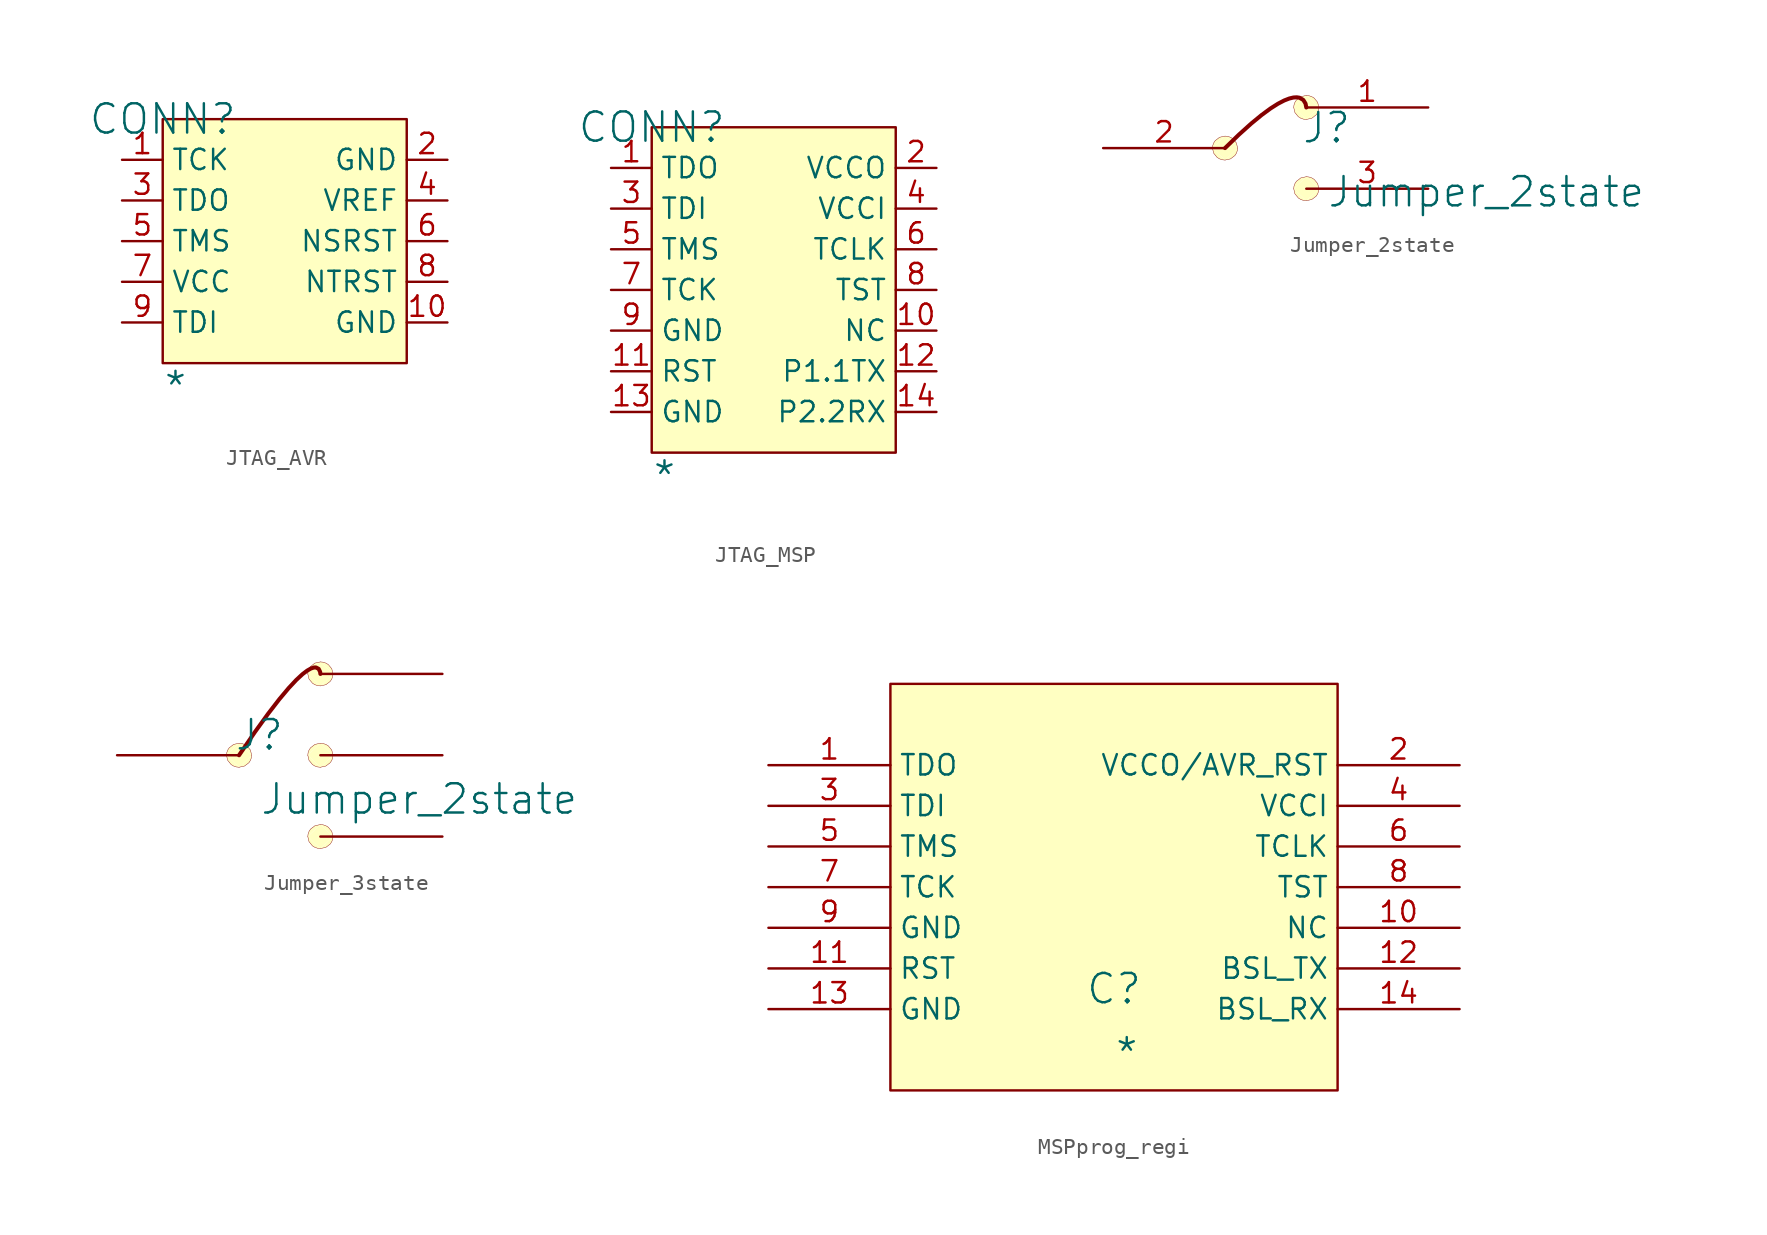
<source format=kicad_sym>
(kicad_symbol_lib
  (version 20241209)
  (generator "kicad_symbol_editor")
  (generator_version "9.0")
  (symbol "JTAG_AVR"
    (property "Reference" "CONN"
      (at 0 0 0)
      (effects (font (size 1.829 1.829))))
    (property "Value" "*"
      (at 0 -17.78 0)
      (effects (font (size 1.829 1.829)) (justify left bottom)))
    (symbol "JTAG_AVR_1_0"
      (rectangle (start 15.24 0) (end 0 -15.24) (stroke (width 0) (type solid) (color 128 0 0 1)) (fill (type background)))
      (pin passive line (at -2.54 -2.54 0) (length 2.54) (name "TCK" (effects (font (size 1.27 1.27)))) (number "1" (effects (font (size 1.27 1.27)))))
      (pin passive line (at -2.54 -5.08 0) (length 2.54) (name "TDO" (effects (font (size 1.27 1.27)))) (number "3" (effects (font (size 1.27 1.27)))))
      (pin passive line (at -2.54 -7.62 0) (length 2.54) (name "TMS" (effects (font (size 1.27 1.27)))) (number "5" (effects (font (size 1.27 1.27)))))
      (pin passive line (at -2.54 -10.16 0) (length 2.54) (name "VCC" (effects (font (size 1.27 1.27)))) (number "7" (effects (font (size 1.27 1.27)))))
      (pin passive line (at -2.54 -12.7 0) (length 2.54) (name "TDI" (effects (font (size 1.27 1.27)))) (number "9" (effects (font (size 1.27 1.27)))))
      (pin passive line (at 17.78 -2.54 180) (length 2.54) (name "GND" (effects (font (size 1.27 1.27)))) (number "2" (effects (font (size 1.27 1.27)))))
      (pin passive line (at 17.78 -5.08 180) (length 2.54) (name "VREF" (effects (font (size 1.27 1.27)))) (number "4" (effects (font (size 1.27 1.27)))))
      (pin passive line (at 17.78 -7.62 180) (length 2.54) (name "NSRST" (effects (font (size 1.27 1.27)))) (number "6" (effects (font (size 1.27 1.27)))))
      (pin passive line (at 17.78 -10.16 180) (length 2.54) (name "NTRST" (effects (font (size 1.27 1.27)))) (number "8" (effects (font (size 1.27 1.27)))))
      (pin passive line (at 17.78 -12.7 180) (length 2.54) (name "GND" (effects (font (size 1.27 1.27)))) (number "10" (effects (font (size 1.27 1.27)))))))
  (symbol "JTAG_MSP"
    (property "Reference" "CONN"
      (at 0 0 0)
      (effects (font (size 1.829 1.829))))
    (property "Value" "*"
      (at 0 -22.86 0)
      (effects (font (size 1.829 1.829)) (justify left bottom)))
    (symbol "JTAG_MSP_1_0"
      (rectangle (start 15.24 0) (end 0 -20.32) (stroke (width 0) (type solid) (color 128 0 0 1)) (fill (type background)))
      (pin passive line (at -2.54 -2.54 0) (length 2.54) (name "TDO" (effects (font (size 1.27 1.27)))) (number "1" (effects (font (size 1.27 1.27)))))
      (pin passive line (at -2.54 -5.08 0) (length 2.54) (name "TDI" (effects (font (size 1.27 1.27)))) (number "3" (effects (font (size 1.27 1.27)))))
      (pin passive line (at -2.54 -7.62 0) (length 2.54) (name "TMS" (effects (font (size 1.27 1.27)))) (number "5" (effects (font (size 1.27 1.27)))))
      (pin passive line (at -2.54 -10.16 0) (length 2.54) (name "TCK" (effects (font (size 1.27 1.27)))) (number "7" (effects (font (size 1.27 1.27)))))
      (pin passive line (at -2.54 -12.7 0) (length 2.54) (name "GND" (effects (font (size 1.27 1.27)))) (number "9" (effects (font (size 1.27 1.27)))))
      (pin passive line (at -2.54 -15.24 0) (length 2.54) (name "RST" (effects (font (size 1.27 1.27)))) (number "11" (effects (font (size 1.27 1.27)))))
      (pin passive line (at -2.54 -17.78 0) (length 2.54) (name "GND" (effects (font (size 1.27 1.27)))) (number "13" (effects (font (size 1.27 1.27)))))
      (pin passive line (at 17.78 -2.54 180) (length 2.54) (name "VCCO" (effects (font (size 1.27 1.27)))) (number "2" (effects (font (size 1.27 1.27)))))
      (pin passive line (at 17.78 -5.08 180) (length 2.54) (name "VCCI" (effects (font (size 1.27 1.27)))) (number "4" (effects (font (size 1.27 1.27)))))
      (pin passive line (at 17.78 -7.62 180) (length 2.54) (name "TCLK" (effects (font (size 1.27 1.27)))) (number "6" (effects (font (size 1.27 1.27)))))
      (pin passive line (at 17.78 -10.16 180) (length 2.54) (name "TST" (effects (font (size 1.27 1.27)))) (number "8" (effects (font (size 1.27 1.27)))))
      (pin passive line (at 17.78 -12.7 180) (length 2.54) (name "NC" (effects (font (size 1.27 1.27)))) (number "10" (effects (font (size 1.27 1.27)))))
      (pin passive line (at 17.78 -15.24 180) (length 2.54) (name "P1.1TX" (effects (font (size 1.27 1.27)))) (number "12" (effects (font (size 1.27 1.27)))))
      (pin passive line (at 17.78 -17.78 180) (length 2.54) (name "P2.2RX" (effects (font (size 1.27 1.27)))) (number "14" (effects (font (size 1.27 1.27)))))))
  (symbol "Jumper_2state"
    (pin_names
      (hide yes))
    (property "Reference" "J"
      (at -1.27 1.27 0)
      (effects (font (size 1.829 1.829))))
    (property "Value" "Jumper_2state"
      (at -1.27 -3.81 0)
      (effects (font (size 1.829 1.829)) (justify left bottom)))
    (symbol "Jumper_2state_1_0"
      (bezier (pts (xy -8.406 0) (xy -8.406 -0.414) (xy -8.054 -0.75) (xy -7.62 -0.75)) (stroke (width 0.025) (type solid)) (fill (type background)))
      (bezier (pts (xy -7.62 0.75) (xy -8.054 0.75) (xy -8.406 0.414) (xy -8.406 0)) (stroke (width 0.025) (type solid)) (fill (type background)))
      (bezier (pts (xy -7.62 0) (xy -2.54 5.08) (xy -2.54 2.54) (xy -2.54 2.54)) (stroke (width 0.254) (type solid)) (fill (type none)))
      (bezier (pts (xy -7.62 -0.75) (xy -7.186 -0.75) (xy -6.834 -0.414) (xy -6.834 0)) (stroke (width 0.025) (type solid)) (fill (type background)))
      (bezier (pts (xy -6.834 0) (xy -6.834 0.414) (xy -7.186 0.75) (xy -7.62 0.75)) (stroke (width 0.025) (type solid)) (fill (type background)))
      (polyline (pts (xy -6.834 0) (xy -7.62 0.75) (xy -8.406 0) (xy -7.62 -0.75) (xy -6.834 0)) (stroke (width -0.0001) (type default)) (fill (type background)))
      (bezier (pts (xy -3.326 2.54) (xy -3.326 2.126) (xy -2.974 1.79) (xy -2.54 1.79)) (stroke (width 0.025) (type solid)) (fill (type background)))
      (bezier (pts (xy -3.326 -2.54) (xy -3.326 -2.954) (xy -2.974 -3.29) (xy -2.54 -3.29)) (stroke (width 0.025) (type solid)) (fill (type background)))
      (bezier (pts (xy -2.54 3.29) (xy -2.974 3.29) (xy -3.326 2.954) (xy -3.326 2.54)) (stroke (width 0.025) (type solid)) (fill (type background)))
      (bezier (pts (xy -2.54 1.79) (xy -2.106 1.79) (xy -1.754 2.126) (xy -1.754 2.54)) (stroke (width 0.025) (type solid)) (fill (type background)))
      (bezier (pts (xy -2.54 -1.79) (xy -2.974 -1.79) (xy -3.326 -2.126) (xy -3.326 -2.54)) (stroke (width 0.025) (type solid)) (fill (type background)))
      (bezier (pts (xy -2.54 -3.29) (xy -2.106 -3.29) (xy -1.754 -2.954) (xy -1.754 -2.54)) (stroke (width 0.025) (type solid)) (fill (type background)))
      (bezier (pts (xy -1.754 2.54) (xy -1.754 2.954) (xy -2.106 3.29) (xy -2.54 3.29)) (stroke (width 0.025) (type solid)) (fill (type background)))
      (polyline (pts (xy -1.754 2.54) (xy -2.54 3.29) (xy -3.326 2.54) (xy -2.54 1.79) (xy -1.754 2.54)) (stroke (width -0.0001) (type default)) (fill (type background)))
      (bezier (pts (xy -1.754 -2.54) (xy -1.754 -2.126) (xy -2.106 -1.79) (xy -2.54 -1.79)) (stroke (width 0.025) (type solid)) (fill (type background)))
      (polyline (pts (xy -1.754 -2.54) (xy -2.54 -1.79) (xy -3.326 -2.54) (xy -2.54 -3.29) (xy -1.754 -2.54)) (stroke (width -0.0001) (type default)) (fill (type background)))
      (pin passive line (at -15.24 0 0) (length 7.62) (name "2" (effects (font (size 1.27 1.27)))) (number "2" (effects (font (size 1.27 1.27)))))
      (pin passive line (at 5.08 2.54 180) (length 7.62) (name "1" (effects (font (size 1.27 1.27)))) (number "1" (effects (font (size 1.27 1.27)))))
      (pin passive line (at 5.08 -2.54 180) (length 7.62) (name "3" (effects (font (size 1.27 1.27)))) (number "3" (effects (font (size 1.27 1.27)))))))
  (symbol "Jumper_3state"
    (pin_numbers
      (hide yes))
    (pin_names
      (hide yes))
    (property "Reference" "J"
      (at -1.27 1.27 0)
      (effects (font (size 1.829 1.829))))
    (property "Value" "Jumper_2state"
      (at -1.27 -3.81 0)
      (effects (font (size 1.829 1.829)) (justify left bottom)))
    (symbol "Jumper_3state_1_0"
      (bezier (pts (xy -3.326 0) (xy -3.326 -0.414) (xy -2.974 -0.75) (xy -2.54 -0.75)) (stroke (width 0.025) (type solid)) (fill (type background)))
      (bezier (pts (xy -2.54 0.75) (xy -2.974 0.75) (xy -3.326 0.414) (xy -3.326 0)) (stroke (width 0.025) (type solid)) (fill (type background)))
      (bezier (pts (xy -2.54 0) (xy 2.54 7.62) (xy 2.54 5.08) (xy 2.54 5.08)) (stroke (width 0.254) (type solid)) (fill (type none)))
      (bezier (pts (xy -2.54 -0.75) (xy -2.106 -0.75) (xy -1.754 -0.414) (xy -1.754 0)) (stroke (width 0.025) (type solid)) (fill (type background)))
      (bezier (pts (xy -1.754 0) (xy -1.754 0.414) (xy -2.106 0.75) (xy -2.54 0.75)) (stroke (width 0.025) (type solid)) (fill (type background)))
      (polyline (pts (xy -1.754 0) (xy -2.54 0.75) (xy -3.326 0) (xy -2.54 -0.75) (xy -1.754 0)) (stroke (width -0.0001) (type default)) (fill (type background)))
      (bezier (pts (xy 1.754 5.08) (xy 1.754 4.666) (xy 2.106 4.33) (xy 2.54 4.33)) (stroke (width 0.025) (type solid)) (fill (type background)))
      (bezier (pts (xy 1.754 0) (xy 1.754 -0.414) (xy 2.106 -0.75) (xy 2.54 -0.75)) (stroke (width 0.025) (type solid)) (fill (type background)))
      (bezier (pts (xy 1.754 -5.08) (xy 1.754 -5.494) (xy 2.106 -5.83) (xy 2.54 -5.83)) (stroke (width 0.025) (type solid)) (fill (type background)))
      (bezier (pts (xy 2.54 5.83) (xy 2.106 5.83) (xy 1.754 5.494) (xy 1.754 5.08)) (stroke (width 0.025) (type solid)) (fill (type background)))
      (bezier (pts (xy 2.54 4.33) (xy 2.974 4.33) (xy 3.326 4.666) (xy 3.326 5.08)) (stroke (width 0.025) (type solid)) (fill (type background)))
      (bezier (pts (xy 2.54 0.75) (xy 2.106 0.75) (xy 1.754 0.414) (xy 1.754 0)) (stroke (width 0.025) (type solid)) (fill (type background)))
      (bezier (pts (xy 2.54 -0.75) (xy 2.974 -0.75) (xy 3.326 -0.414) (xy 3.326 0)) (stroke (width 0.025) (type solid)) (fill (type background)))
      (bezier (pts (xy 2.54 -4.33) (xy 2.106 -4.33) (xy 1.754 -4.666) (xy 1.754 -5.08)) (stroke (width 0.025) (type solid)) (fill (type background)))
      (bezier (pts (xy 2.54 -5.83) (xy 2.974 -5.83) (xy 3.326 -5.494) (xy 3.326 -5.08)) (stroke (width 0.025) (type solid)) (fill (type background)))
      (polyline (pts (xy 3.326 5.08) (xy 2.54 5.83) (xy 1.754 5.08) (xy 2.54 4.33) (xy 3.326 5.08)) (stroke (width -0.0001) (type default)) (fill (type background)))
      (bezier (pts (xy 3.326 5.08) (xy 3.326 5.494) (xy 2.974 5.83) (xy 2.54 5.83)) (stroke (width 0.025) (type solid)) (fill (type background)))
      (polyline (pts (xy 3.326 0) (xy 2.54 0.75) (xy 1.754 0) (xy 2.54 -0.75) (xy 3.326 0)) (stroke (width -0.0001) (type default)) (fill (type background)))
      (bezier (pts (xy 3.326 0) (xy 3.326 0.414) (xy 2.974 0.75) (xy 2.54 0.75)) (stroke (width 0.025) (type solid)) (fill (type background)))
      (polyline (pts (xy 3.326 -5.08) (xy 2.54 -4.33) (xy 1.754 -5.08) (xy 2.54 -5.83) (xy 3.326 -5.08)) (stroke (width -0.0001) (type default)) (fill (type background)))
      (bezier (pts (xy 3.326 -5.08) (xy 3.326 -4.666) (xy 2.974 -4.33) (xy 2.54 -4.33)) (stroke (width 0.025) (type solid)) (fill (type background)))
      (pin passive line (at -10.16 0 0) (length 7.62) (name "0" (effects (font (size 1.27 1.27)))) (number "0" (effects (font (size 1.27 1.27)))))
      (pin passive line (at 10.16 5.08 180) (length 7.62) (name "1" (effects (font (size 1.27 1.27)))) (number "1" (effects (font (size 1.27 1.27)))))
      (pin passive line (at 10.16 0 180) (length 7.62) (name "2" (effects (font (size 1.27 1.27)))) (number "2" (effects (font (size 1.27 1.27)))))
      (pin passive line (at 10.16 -5.08 180) (length 7.62) (name "3" (effects (font (size 1.27 1.27)))) (number "3" (effects (font (size 1.27 1.27)))))))
  (symbol "MSPprog_regi"
    (property "Reference" "C"
      (at -1.27 1.27 0)
      (effects (font (size 1.829 1.829))))
    (property "Value" "*"
      (at -1.27 -3.81 0)
      (effects (font (size 1.829 1.829)) (justify left bottom)))
    (symbol "MSPprog_regi_1_0"
      (rectangle (start 12.7 20.32) (end -15.24 -5.08) (stroke (width 0.025) (type solid) (color 128 0 0 1)) (fill (type background)))
      (polyline (pts (xy 12.7 -5.08) (xy -15.24 -5.08) (xy -15.24 20.32) (xy 12.7 20.32) (xy 12.7 -5.08)) (stroke (width 0) (type solid)) (fill (type none)))
      (pin passive line (at -22.86 15.24 0) (length 7.62) (name "TDO" (effects (font (size 1.27 1.27)))) (number "1" (effects (font (size 1.27 1.27)))))
      (pin passive line (at -22.86 12.7 0) (length 7.62) (name "TDI" (effects (font (size 1.27 1.27)))) (number "3" (effects (font (size 1.27 1.27)))))
      (pin passive line (at -22.86 10.16 0) (length 7.62) (name "TMS" (effects (font (size 1.27 1.27)))) (number "5" (effects (font (size 1.27 1.27)))))
      (pin passive line (at -22.86 7.62 0) (length 7.62) (name "TCK" (effects (font (size 1.27 1.27)))) (number "7" (effects (font (size 1.27 1.27)))))
      (pin passive line (at -22.86 5.08 0) (length 7.62) (name "GND" (effects (font (size 1.27 1.27)))) (number "9" (effects (font (size 1.27 1.27)))))
      (pin passive line (at -22.86 2.54 0) (length 7.62) (name "RST" (effects (font (size 1.27 1.27)))) (number "11" (effects (font (size 1.27 1.27)))))
      (pin passive line (at -22.86 0 0) (length 7.62) (name "GND" (effects (font (size 1.27 1.27)))) (number "13" (effects (font (size 1.27 1.27)))))
      (pin passive line (at 20.32 15.24 180) (length 7.62) (name "VCCO/AVR_RST" (effects (font (size 1.27 1.27)))) (number "2" (effects (font (size 1.27 1.27)))))
      (pin passive line (at 20.32 12.7 180) (length 7.62) (name "VCCI" (effects (font (size 1.27 1.27)))) (number "4" (effects (font (size 1.27 1.27)))))
      (pin passive line (at 20.32 10.16 180) (length 7.62) (name "TCLK" (effects (font (size 1.27 1.27)))) (number "6" (effects (font (size 1.27 1.27)))))
      (pin passive line (at 20.32 7.62 180) (length 7.62) (name "TST" (effects (font (size 1.27 1.27)))) (number "8" (effects (font (size 1.27 1.27)))))
      (pin passive line (at 20.32 5.08 180) (length 7.62) (name "NC" (effects (font (size 1.27 1.27)))) (number "10" (effects (font (size 1.27 1.27)))))
      (pin passive line (at 20.32 2.54 180) (length 7.62) (name "BSL_TX" (effects (font (size 1.27 1.27)))) (number "12" (effects (font (size 1.27 1.27)))))
      (pin passive line (at 20.32 0 180) (length 7.62) (name "BSL_RX" (effects (font (size 1.27 1.27)))) (number "14" (effects (font (size 1.27 1.27))))))))
</source>
